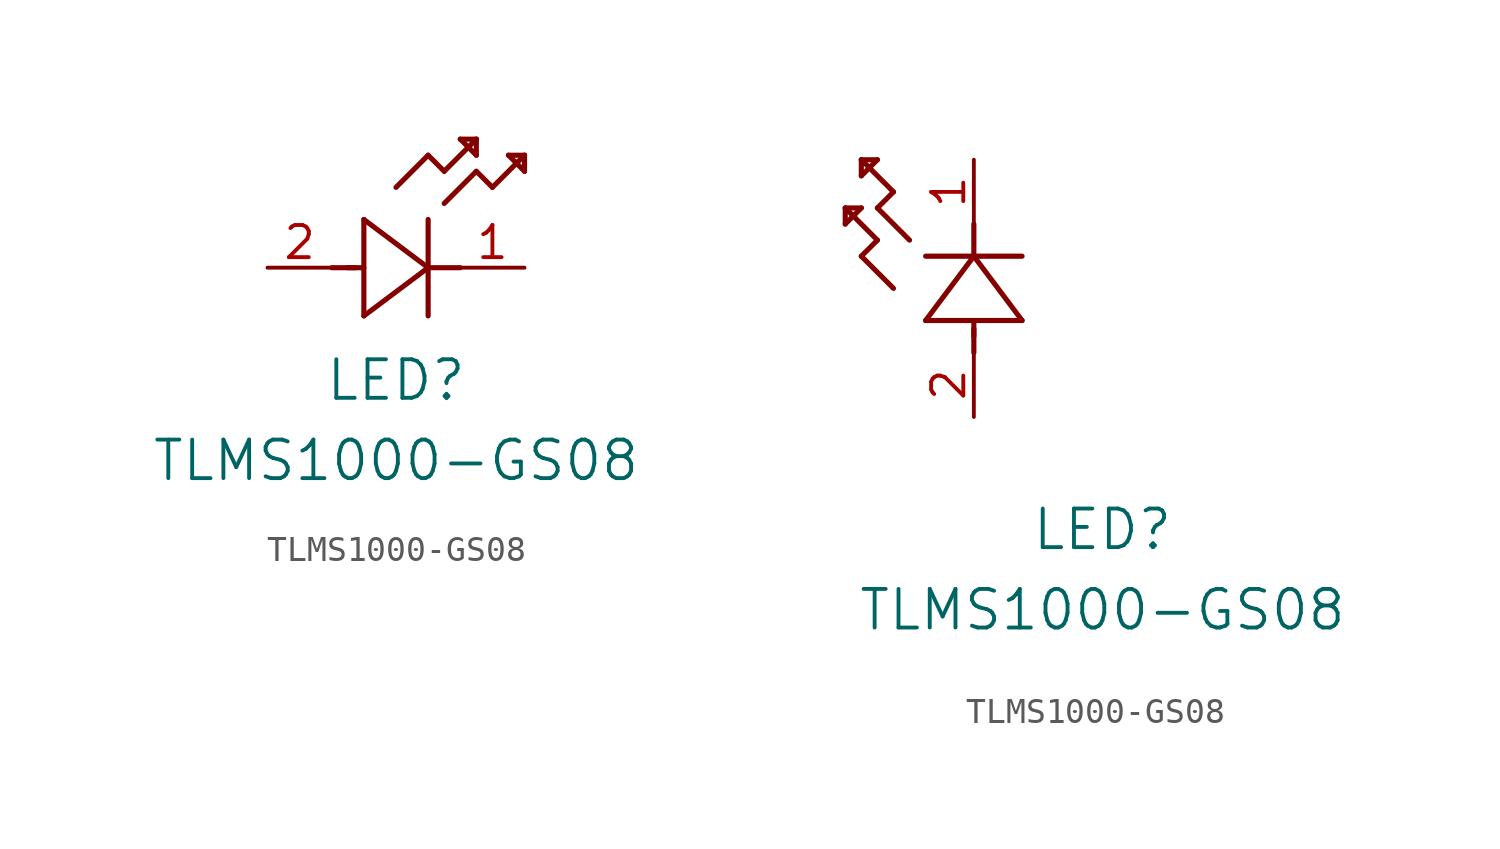
<source format=kicad_sym>
(kicad_symbol_lib
  (version 20231120)
  (generator "kicad_symbol_editor")
  (generator_version "8.0")
  (symbol "TLMS1000-GS08"
    (pin_names
      (offset 0.254))
    (property "Reference" "LED"
      (at 5.08 -4.445 0)
      (effects (font (size 1.524 1.524))))
    (property "Value" "TLMS1000-GS08"
      (at 5.08 -7.62 0)
      (effects (font (size 1.524 1.524))))
    (property "ki_locked" ""
      (at 0 0 0)
      (effects (font (size 1.27 1.27))))
    (symbol "TLMS1000-GS08_1_1"
      (polyline (pts (xy 2.54 0) (xy 3.48 0)) (stroke (width 0.203) (type default)) (fill (type none)))
      (polyline (pts (xy 3.175 0) (xy 3.81 0)) (stroke (width 0.203) (type default)) (fill (type none)))
      (polyline (pts (xy 3.81 -1.905) (xy 6.35 0)) (stroke (width 0.203) (type default)) (fill (type none)))
      (polyline (pts (xy 3.81 1.905) (xy 3.81 -1.905)) (stroke (width 0.203) (type default)) (fill (type none)))
      (polyline (pts (xy 5.08 3.175) (xy 6.35 4.445)) (stroke (width 0.203) (type default)) (fill (type none)))
      (polyline (pts (xy 6.35 -1.905) (xy 6.35 1.905)) (stroke (width 0.203) (type default)) (fill (type none)))
      (polyline (pts (xy 6.35 0) (xy 3.81 1.905)) (stroke (width 0.203) (type default)) (fill (type none)))
      (polyline (pts (xy 6.35 0) (xy 7.62 0)) (stroke (width 0.203) (type default)) (fill (type none)))
      (polyline (pts (xy 6.35 4.445) (xy 6.985 3.81)) (stroke (width 0.203) (type default)) (fill (type none)))
      (polyline (pts (xy 6.985 2.54) (xy 8.255 3.81)) (stroke (width 0.203) (type default)) (fill (type none)))
      (polyline (pts (xy 6.985 3.81) (xy 8.255 5.08)) (stroke (width 0.203) (type default)) (fill (type none)))
      (polyline (pts (xy 7.62 5.08) (xy 8.255 4.445)) (stroke (width 0.203) (type default)) (fill (type none)))
      (polyline (pts (xy 8.255 3.81) (xy 8.89 3.175)) (stroke (width 0.203) (type default)) (fill (type none)))
      (polyline (pts (xy 8.255 4.445) (xy 8.255 5.08)) (stroke (width 0.203) (type default)) (fill (type none)))
      (polyline (pts (xy 8.255 5.08) (xy 7.62 5.08)) (stroke (width 0.203) (type default)) (fill (type none)))
      (polyline (pts (xy 8.89 3.175) (xy 10.16 4.445)) (stroke (width 0.203) (type default)) (fill (type none)))
      (polyline (pts (xy 9.525 4.445) (xy 10.16 3.81)) (stroke (width 0.203) (type default)) (fill (type none)))
      (polyline (pts (xy 10.16 3.81) (xy 10.16 4.445)) (stroke (width 0.203) (type default)) (fill (type none)))
      (polyline (pts (xy 10.16 4.445) (xy 9.525 4.445)) (stroke (width 0.203) (type default)) (fill (type none)))
      (pin passive line (at 10.16 0 180) (length 2.54) (name "" (effects (font (size 1.27 1.27)))) (number "1" (effects (font (size 1.27 1.27)))))
      (pin passive line (at 0 0 0) (length 2.54) (name "" (effects (font (size 1.27 1.27)))) (number "2" (effects (font (size 1.27 1.27))))))
    (symbol "TLMS1000-GS08_1_2"
      (polyline (pts (xy -5.08 7.62) (xy -4.445 8.255)) (stroke (width 0.203) (type default)) (fill (type none)))
      (polyline (pts (xy -5.08 8.255) (xy -5.08 7.62)) (stroke (width 0.203) (type default)) (fill (type none)))
      (polyline (pts (xy -4.445 6.35) (xy -3.81 6.985)) (stroke (width 0.203) (type default)) (fill (type none)))
      (polyline (pts (xy -4.445 8.255) (xy -5.08 8.255)) (stroke (width 0.203) (type default)) (fill (type none)))
      (polyline (pts (xy -4.445 9.525) (xy -3.81 10.16)) (stroke (width 0.203) (type default)) (fill (type none)))
      (polyline (pts (xy -4.445 10.16) (xy -4.445 9.525)) (stroke (width 0.203) (type default)) (fill (type none)))
      (polyline (pts (xy -3.81 6.985) (xy -5.08 8.255)) (stroke (width 0.203) (type default)) (fill (type none)))
      (polyline (pts (xy -3.81 8.255) (xy -3.175 8.89)) (stroke (width 0.203) (type default)) (fill (type none)))
      (polyline (pts (xy -3.81 10.16) (xy -4.445 10.16)) (stroke (width 0.203) (type default)) (fill (type none)))
      (polyline (pts (xy -3.175 5.08) (xy -4.445 6.35)) (stroke (width 0.203) (type default)) (fill (type none)))
      (polyline (pts (xy -3.175 8.89) (xy -4.445 10.16)) (stroke (width 0.203) (type default)) (fill (type none)))
      (polyline (pts (xy -2.54 6.985) (xy -3.81 8.255)) (stroke (width 0.203) (type default)) (fill (type none)))
      (polyline (pts (xy -1.905 3.81) (xy 1.905 3.81)) (stroke (width 0.203) (type default)) (fill (type none)))
      (polyline (pts (xy 0 2.54) (xy 0 3.48)) (stroke (width 0.203) (type default)) (fill (type none)))
      (polyline (pts (xy 0 3.175) (xy 0 3.81)) (stroke (width 0.203) (type default)) (fill (type none)))
      (polyline (pts (xy 0 6.35) (xy -1.905 3.81)) (stroke (width 0.203) (type default)) (fill (type none)))
      (polyline (pts (xy 0 6.35) (xy 0 7.62)) (stroke (width 0.203) (type default)) (fill (type none)))
      (polyline (pts (xy 1.905 3.81) (xy 0 6.35)) (stroke (width 0.203) (type default)) (fill (type none)))
      (polyline (pts (xy 1.905 6.35) (xy -1.905 6.35)) (stroke (width 0.203) (type default)) (fill (type none)))
      (pin unspecified line (at 0 10.16 270) (length 2.54) (name "" (effects (font (size 1.27 1.27)))) (number "1" (effects (font (size 1.27 1.27)))))
      (pin unspecified line (at 0 0 90) (length 2.54) (name "" (effects (font (size 1.27 1.27)))) (number "2" (effects (font (size 1.27 1.27))))))))
</source>
